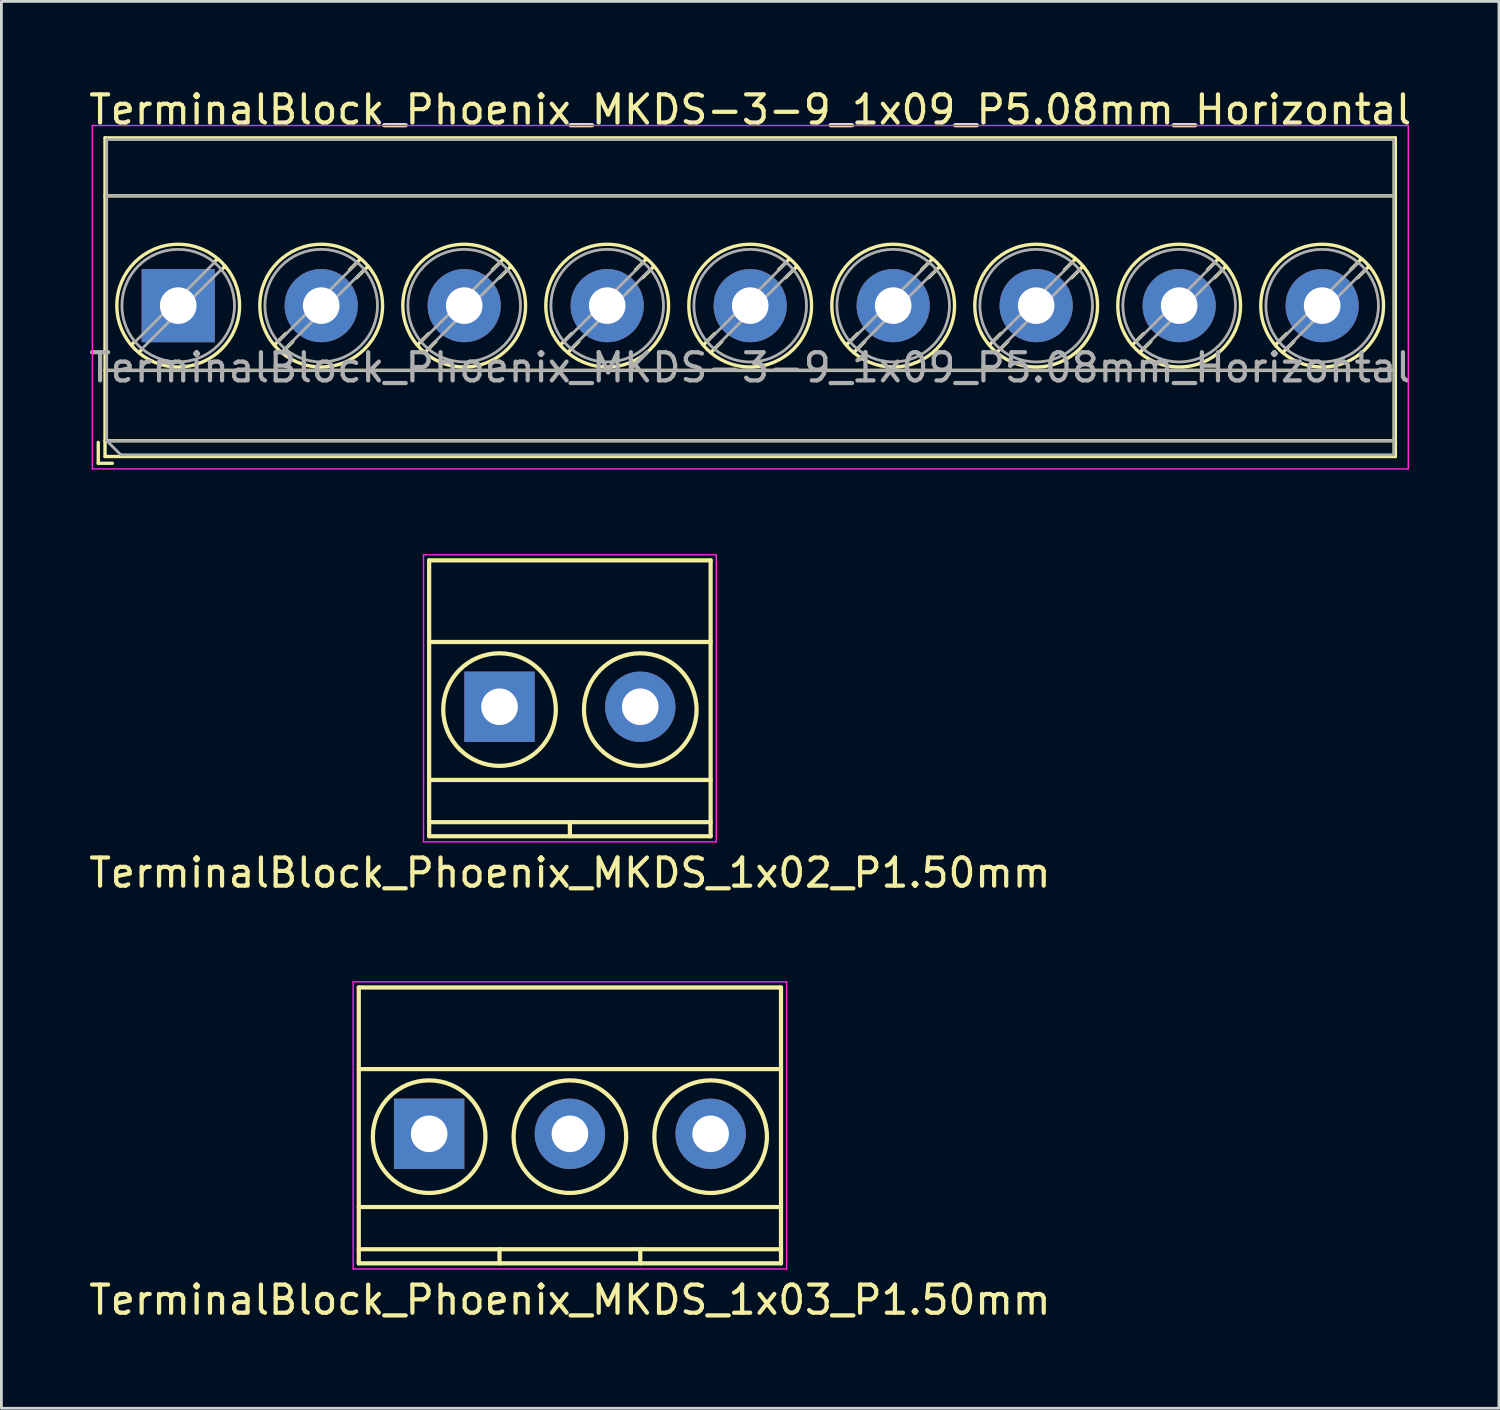
<source format=kicad_pcb>
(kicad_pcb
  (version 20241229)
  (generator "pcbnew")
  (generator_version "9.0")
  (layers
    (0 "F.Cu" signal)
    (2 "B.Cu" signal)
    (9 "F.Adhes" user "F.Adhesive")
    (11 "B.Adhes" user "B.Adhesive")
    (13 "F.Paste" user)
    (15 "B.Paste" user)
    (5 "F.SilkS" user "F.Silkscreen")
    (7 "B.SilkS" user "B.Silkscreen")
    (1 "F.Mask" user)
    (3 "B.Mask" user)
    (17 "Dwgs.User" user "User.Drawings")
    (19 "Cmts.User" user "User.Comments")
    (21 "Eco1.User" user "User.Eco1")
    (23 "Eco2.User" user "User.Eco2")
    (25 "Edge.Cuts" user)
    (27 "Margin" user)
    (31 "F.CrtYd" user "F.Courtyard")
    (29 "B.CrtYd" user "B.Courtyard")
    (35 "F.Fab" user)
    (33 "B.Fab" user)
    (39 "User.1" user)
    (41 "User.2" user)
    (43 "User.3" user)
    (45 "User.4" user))
  (footprint "TerminalBlock_Phoenix_MKDS-3-9_1x09_P5.08mm_Horizontal"
    (layer "F.Cu")
    (at 3.281 7.808)
    (property "Reference" "TerminalBlock_Phoenix_MKDS-3-9_1x09_P5.08mm_Horizontal" (at 20.32 -6.96 0) (layer "F.SilkS") (effects (font (size 1 1) (thickness 0.15))))
    (attr through_hole)
    (fp_line (start -2.84 4.86) (end -2.84 5.6) (stroke (width 0.12) (type solid)) (layer "F.SilkS"))
    (fp_line (start -2.84 5.6) (end -2.34 5.6) (stroke (width 0.12) (type solid)) (layer "F.SilkS"))
    (fp_line (start -2.6 -5.96) (end -2.6 5.36) (stroke (width 0.12) (type solid)) (layer "F.SilkS"))
    (fp_line (start -2.6 -5.96) (end 43.24 -5.96) (stroke (width 0.12) (type solid)) (layer "F.SilkS"))
    (fp_line (start -2.6 -3.9) (end 43.24 -3.9) (stroke (width 0.12) (type solid)) (layer "F.SilkS"))
    (fp_line (start -2.6 2.3) (end 43.24 2.3) (stroke (width 0.12) (type solid)) (layer "F.SilkS"))
    (fp_line (start -2.6 4.8) (end 43.24 4.8) (stroke (width 0.12) (type solid)) (layer "F.SilkS"))
    (fp_line (start -2.6 5.36) (end 43.24 5.36) (stroke (width 0.12) (type solid)) (layer "F.SilkS"))
    (fp_line (start -1.548 1.281) (end -1.654 1.388) (stroke (width 0.12) (type solid)) (layer "F.SilkS"))
    (fp_line (start -1.282 1.547) (end -1.388 1.654) (stroke (width 0.12) (type solid)) (layer "F.SilkS"))
    (fp_line (start 1.388 -1.654) (end 1.281 -1.547) (stroke (width 0.12) (type solid)) (layer "F.SilkS"))
    (fp_line (start 1.654 -1.388) (end 1.547 -1.281) (stroke (width 0.12) (type solid)) (layer "F.SilkS"))
    (fp_line (start 3.822 0.992) (end 3.427 1.388) (stroke (width 0.12) (type solid)) (layer "F.SilkS"))
    (fp_line (start 4.073 1.274) (end 3.693 1.654) (stroke (width 0.12) (type solid)) (layer "F.SilkS"))
    (fp_line (start 6.468 -1.654) (end 6.088 -1.274) (stroke (width 0.12) (type solid)) (layer "F.SilkS"))
    (fp_line (start 6.734 -1.388) (end 6.339 -0.992) (stroke (width 0.12) (type solid)) (layer "F.SilkS"))
    (fp_line (start 8.902 0.992) (end 8.507 1.388) (stroke (width 0.12) (type solid)) (layer "F.SilkS"))
    (fp_line (start 9.153 1.274) (end 8.773 1.654) (stroke (width 0.12) (type solid)) (layer "F.SilkS"))
    (fp_line (start 11.548 -1.654) (end 11.168 -1.274) (stroke (width 0.12) (type solid)) (layer "F.SilkS"))
    (fp_line (start 11.814 -1.388) (end 11.419 -0.992) (stroke (width 0.12) (type solid)) (layer "F.SilkS"))
    (fp_line (start 13.982 0.992) (end 13.587 1.388) (stroke (width 0.12) (type solid)) (layer "F.SilkS"))
    (fp_line (start 14.233 1.274) (end 13.853 1.654) (stroke (width 0.12) (type solid)) (layer "F.SilkS"))
    (fp_line (start 16.628 -1.654) (end 16.248 -1.274) (stroke (width 0.12) (type solid)) (layer "F.SilkS"))
    (fp_line (start 16.894 -1.388) (end 16.499 -0.992) (stroke (width 0.12) (type solid)) (layer "F.SilkS"))
    (fp_line (start 19.062 0.992) (end 18.667 1.388) (stroke (width 0.12) (type solid)) (layer "F.SilkS"))
    (fp_line (start 19.313 1.274) (end 18.933 1.654) (stroke (width 0.12) (type solid)) (layer "F.SilkS"))
    (fp_line (start 21.708 -1.654) (end 21.328 -1.274) (stroke (width 0.12) (type solid)) (layer "F.SilkS"))
    (fp_line (start 21.974 -1.388) (end 21.579 -0.992) (stroke (width 0.12) (type solid)) (layer "F.SilkS"))
    (fp_line (start 24.142 0.992) (end 23.747 1.388) (stroke (width 0.12) (type solid)) (layer "F.SilkS"))
    (fp_line (start 24.393 1.274) (end 24.013 1.654) (stroke (width 0.12) (type solid)) (layer "F.SilkS"))
    (fp_line (start 26.788 -1.654) (end 26.408 -1.274) (stroke (width 0.12) (type solid)) (layer "F.SilkS"))
    (fp_line (start 27.054 -1.388) (end 26.659 -0.992) (stroke (width 0.12) (type solid)) (layer "F.SilkS"))
    (fp_line (start 29.222 0.992) (end 28.827 1.388) (stroke (width 0.12) (type solid)) (layer "F.SilkS"))
    (fp_line (start 29.473 1.274) (end 29.093 1.654) (stroke (width 0.12) (type solid)) (layer "F.SilkS"))
    (fp_line (start 31.868 -1.654) (end 31.488 -1.274) (stroke (width 0.12) (type solid)) (layer "F.SilkS"))
    (fp_line (start 32.134 -1.388) (end 31.739 -0.992) (stroke (width 0.12) (type solid)) (layer "F.SilkS"))
    (fp_line (start 34.302 0.992) (end 33.907 1.388) (stroke (width 0.12) (type solid)) (layer "F.SilkS"))
    (fp_line (start 34.553 1.274) (end 34.173 1.654) (stroke (width 0.12) (type solid)) (layer "F.SilkS"))
    (fp_line (start 36.948 -1.654) (end 36.568 -1.274) (stroke (width 0.12) (type solid)) (layer "F.SilkS"))
    (fp_line (start 37.214 -1.388) (end 36.819 -0.992) (stroke (width 0.12) (type solid)) (layer "F.SilkS"))
    (fp_line (start 39.382 0.992) (end 38.987 1.388) (stroke (width 0.12) (type solid)) (layer "F.SilkS"))
    (fp_line (start 39.633 1.274) (end 39.253 1.654) (stroke (width 0.12) (type solid)) (layer "F.SilkS"))
    (fp_line (start 42.028 -1.654) (end 41.648 -1.274) (stroke (width 0.12) (type solid)) (layer "F.SilkS"))
    (fp_line (start 42.294 -1.388) (end 41.899 -0.992) (stroke (width 0.12) (type solid)) (layer "F.SilkS"))
    (fp_line (start 43.24 -5.96) (end 43.24 5.36) (stroke (width 0.12) (type solid)) (layer "F.SilkS"))
    (fp_circle (center 0 0) (end 2.18 0) (stroke (width 0.12) (type solid)) (fill no) (layer "F.SilkS"))
    (fp_circle (center 5.08 0) (end 7.26 0) (stroke (width 0.12) (type solid)) (fill no) (layer "F.SilkS"))
    (fp_circle (center 10.16 0) (end 12.34 0) (stroke (width 0.12) (type solid)) (fill no) (layer "F.SilkS"))
    (fp_circle (center 15.24 0) (end 17.42 0) (stroke (width 0.12) (type solid)) (fill no) (layer "F.SilkS"))
    (fp_circle (center 20.32 0) (end 22.5 0) (stroke (width 0.12) (type solid)) (fill no) (layer "F.SilkS"))
    (fp_circle (center 25.4 0) (end 27.58 0) (stroke (width 0.12) (type solid)) (fill no) (layer "F.SilkS"))
    (fp_circle (center 30.48 0) (end 32.66 0) (stroke (width 0.12) (type solid)) (fill no) (layer "F.SilkS"))
    (fp_circle (center 35.56 0) (end 37.74 0) (stroke (width 0.12) (type solid)) (fill no) (layer "F.SilkS"))
    (fp_circle (center 40.64 0) (end 42.82 0) (stroke (width 0.12) (type solid)) (fill no) (layer "F.SilkS"))
    (fp_line (start -3.05 -6.4) (end -3.05 5.8) (stroke (width 0.05) (type solid)) (layer "F.CrtYd"))
    (fp_line (start -3.05 5.8) (end 43.7 5.8) (stroke (width 0.05) (type solid)) (layer "F.CrtYd"))
    (fp_line (start 43.7 -6.4) (end -3.05 -6.4) (stroke (width 0.05) (type solid)) (layer "F.CrtYd"))
    (fp_line (start 43.7 5.8) (end 43.7 -6.4) (stroke (width 0.05) (type solid)) (layer "F.CrtYd"))
    (fp_line (start -2.54 -5.9) (end 43.18 -5.9) (stroke (width 0.1) (type solid)) (layer "F.Fab"))
    (fp_line (start -2.54 -3.9) (end 43.18 -3.9) (stroke (width 0.1) (type solid)) (layer "F.Fab"))
    (fp_line (start -2.54 2.3) (end 43.18 2.3) (stroke (width 0.1) (type solid)) (layer "F.Fab"))
    (fp_line (start -2.54 4.8) (end -2.54 -5.9) (stroke (width 0.1) (type solid)) (layer "F.Fab"))
    (fp_line (start -2.54 4.8) (end 43.18 4.8) (stroke (width 0.1) (type solid)) (layer "F.Fab"))
    (fp_line (start -2.04 5.3) (end -2.54 4.8) (stroke (width 0.1) (type solid)) (layer "F.Fab"))
    (fp_line (start 1.273 -1.517) (end -1.517 1.273) (stroke (width 0.1) (type solid)) (layer "F.Fab"))
    (fp_line (start 1.517 -1.273) (end -1.273 1.517) (stroke (width 0.1) (type solid)) (layer "F.Fab"))
    (fp_line (start 6.353 -1.517) (end 3.564 1.273) (stroke (width 0.1) (type solid)) (layer "F.Fab"))
    (fp_line (start 6.597 -1.273) (end 3.808 1.517) (stroke (width 0.1) (type solid)) (layer "F.Fab"))
    (fp_line (start 11.433 -1.517) (end 8.644 1.273) (stroke (width 0.1) (type solid)) (layer "F.Fab"))
    (fp_line (start 11.677 -1.273) (end 8.888 1.517) (stroke (width 0.1) (type solid)) (layer "F.Fab"))
    (fp_line (start 16.513 -1.517) (end 13.724 1.273) (stroke (width 0.1) (type solid)) (layer "F.Fab"))
    (fp_line (start 16.757 -1.273) (end 13.968 1.517) (stroke (width 0.1) (type solid)) (layer "F.Fab"))
    (fp_line (start 21.593 -1.517) (end 18.804 1.273) (stroke (width 0.1) (type solid)) (layer "F.Fab"))
    (fp_line (start 21.837 -1.273) (end 19.048 1.517) (stroke (width 0.1) (type solid)) (layer "F.Fab"))
    (fp_line (start 26.673 -1.517) (end 23.884 1.273) (stroke (width 0.1) (type solid)) (layer "F.Fab"))
    (fp_line (start 26.917 -1.273) (end 24.128 1.517) (stroke (width 0.1) (type solid)) (layer "F.Fab"))
    (fp_line (start 31.753 -1.517) (end 28.964 1.273) (stroke (width 0.1) (type solid)) (layer "F.Fab"))
    (fp_line (start 31.997 -1.273) (end 29.208 1.517) (stroke (width 0.1) (type solid)) (layer "F.Fab"))
    (fp_line (start 36.833 -1.517) (end 34.044 1.273) (stroke (width 0.1) (type solid)) (layer "F.Fab"))
    (fp_line (start 37.077 -1.273) (end 34.288 1.517) (stroke (width 0.1) (type solid)) (layer "F.Fab"))
    (fp_line (start 41.913 -1.517) (end 39.124 1.273) (stroke (width 0.1) (type solid)) (layer "F.Fab"))
    (fp_line (start 42.157 -1.273) (end 39.368 1.517) (stroke (width 0.1) (type solid)) (layer "F.Fab"))
    (fp_line (start 43.18 -5.9) (end 43.18 5.3) (stroke (width 0.1) (type solid)) (layer "F.Fab"))
    (fp_line (start 43.18 5.3) (end -2.04 5.3) (stroke (width 0.1) (type solid)) (layer "F.Fab"))
    (fp_circle (center 0 0) (end 2 0) (stroke (width 0.1) (type solid)) (fill no) (layer "F.Fab"))
    (fp_circle (center 5.08 0) (end 7.08 0) (stroke (width 0.1) (type solid)) (fill no) (layer "F.Fab"))
    (fp_circle (center 10.16 0) (end 12.16 0) (stroke (width 0.1) (type solid)) (fill no) (layer "F.Fab"))
    (fp_circle (center 15.24 0) (end 17.24 0) (stroke (width 0.1) (type solid)) (fill no) (layer "F.Fab"))
    (fp_circle (center 20.32 0) (end 22.32 0) (stroke (width 0.1) (type solid)) (fill no) (layer "F.Fab"))
    (fp_circle (center 25.4 0) (end 27.4 0) (stroke (width 0.1) (type solid)) (fill no) (layer "F.Fab"))
    (fp_circle (center 30.48 0) (end 32.48 0) (stroke (width 0.1) (type solid)) (fill no) (layer "F.Fab"))
    (fp_circle (center 35.56 0) (end 37.56 0) (stroke (width 0.1) (type solid)) (fill no) (layer "F.Fab"))
    (fp_circle (center 40.64 0) (end 42.64 0) (stroke (width 0.1) (type solid)) (fill no) (layer "F.Fab"))
    (fp_text user "${REFERENCE}" (at 20.32 2.2 0) (layer "F.Fab") (effects (font (size 1 1) (thickness 0.15))))
    (pad "1" thru_hole rect (at 0 0) (size 2.6 2.6) (drill 1.3) (layers "*.Cu" "*.Mask"))
    (pad "2" thru_hole circle (at 5.08 0) (size 2.6 2.6) (drill 1.3) (layers "*.Cu" "*.Mask"))
    (pad "3" thru_hole circle (at 10.16 0) (size 2.6 2.6) (drill 1.3) (layers "*.Cu" "*.Mask"))
    (pad "4" thru_hole circle (at 15.24 0) (size 2.6 2.6) (drill 1.3) (layers "*.Cu" "*.Mask"))
    (pad "5" thru_hole circle (at 20.32 0) (size 2.6 2.6) (drill 1.3) (layers "*.Cu" "*.Mask"))
    (pad "6" thru_hole circle (at 25.4 0) (size 2.6 2.6) (drill 1.3) (layers "*.Cu" "*.Mask"))
    (pad "7" thru_hole circle (at 30.48 0) (size 2.6 2.6) (drill 1.3) (layers "*.Cu" "*.Mask"))
    (pad "8" thru_hole circle (at 35.56 0) (size 2.6 2.6) (drill 1.3) (layers "*.Cu" "*.Mask"))
    (pad "9" thru_hole circle (at 40.64 0) (size 2.6 2.6) (drill 1.3) (layers "*.Cu" "*.Mask")))
  (footprint "TerminalBlock_Phoenix_MKDS_1x03_P1.50mm"
    (layer "F.Cu")
    (at 12.196 37.231)
    (property "Reference" "TerminalBlock_Phoenix_MKDS_1x03_P1.50mm" (at 5 5.9 0) (layer "F.SilkS") (effects (font (size 1 1) (thickness 0.15))))
    (attr through_hole)
    (fp_line (start -2.5 -5.2) (end -2.5 4.6) (stroke (width 0.15) (type solid)) (layer "F.SilkS"))
    (fp_line (start -2.5 -2.3) (end 12.5 -2.3) (stroke (width 0.15) (type solid)) (layer "F.SilkS"))
    (fp_line (start -2.5 2.6) (end 12.5 2.6) (stroke (width 0.15) (type solid)) (layer "F.SilkS"))
    (fp_line (start -2.5 4.1) (end 12.5 4.1) (stroke (width 0.15) (type solid)) (layer "F.SilkS"))
    (fp_line (start -2.5 4.6) (end 12.5 4.6) (stroke (width 0.15) (type solid)) (layer "F.SilkS"))
    (fp_line (start 2.5 4.1) (end 2.5 4.6) (stroke (width 0.15) (type solid)) (layer "F.SilkS"))
    (fp_line (start 7.5 4.1) (end 7.5 4.6) (stroke (width 0.15) (type solid)) (layer "F.SilkS"))
    (fp_line (start 12.5 -5.2) (end -2.5 -5.2) (stroke (width 0.15) (type solid)) (layer "F.SilkS"))
    (fp_line (start 12.5 4.6) (end 12.5 -5.2) (stroke (width 0.15) (type solid)) (layer "F.SilkS"))
    (fp_circle (center 0 0.1) (end 2 0.1) (stroke (width 0.15) (type solid)) (fill no) (layer "F.SilkS"))
    (fp_circle (center 5 0.1) (end 3 0.1) (stroke (width 0.15) (type solid)) (fill no) (layer "F.SilkS"))
    (fp_circle (center 10 0.1) (end 8 0.1) (stroke (width 0.15) (type solid)) (fill no) (layer "F.SilkS"))
    (fp_line (start -2.7 -5.4) (end 12.7 -5.4) (stroke (width 0.05) (type solid)) (layer "F.CrtYd"))
    (fp_line (start -2.7 4.8) (end -2.7 -5.4) (stroke (width 0.05) (type solid)) (layer "F.CrtYd"))
    (fp_line (start 12.7 -5.4) (end 12.7 4.8) (stroke (width 0.05) (type solid)) (layer "F.CrtYd"))
    (fp_line (start 12.7 4.8) (end -2.7 4.8) (stroke (width 0.05) (type solid)) (layer "F.CrtYd"))
    (pad "1" thru_hole rect (at 0 0) (size 2.5 2.5) (drill 1.3) (layers "*.Cu" "*.Mask"))
    (pad "2" thru_hole circle (at 5 0) (size 2.5 2.5) (drill 1.3) (layers "*.Cu" "*.Mask"))
    (pad "3" thru_hole circle (at 10 0) (size 2.5 2.5) (drill 1.3) (layers "*.Cu" "*.Mask")))
  (footprint "TerminalBlock_Phoenix_MKDS_1x02_P1.50mm"
    (layer "F.Cu")
    (at 14.696 22.058)
    (property "Reference" "TerminalBlock_Phoenix_MKDS_1x02_P1.50mm" (at 2.5 5.9 0) (layer "F.SilkS") (effects (font (size 1 1) (thickness 0.15))))
    (attr through_hole)
    (fp_line (start -2.5 -5.2) (end -2.5 4.6) (stroke (width 0.15) (type solid)) (layer "F.SilkS"))
    (fp_line (start -2.5 -2.3) (end 7.5 -2.3) (stroke (width 0.15) (type solid)) (layer "F.SilkS"))
    (fp_line (start -2.5 2.6) (end 7.5 2.6) (stroke (width 0.15) (type solid)) (layer "F.SilkS"))
    (fp_line (start -2.5 4.1) (end 7.5 4.1) (stroke (width 0.15) (type solid)) (layer "F.SilkS"))
    (fp_line (start -2.5 4.6) (end 7.5 4.6) (stroke (width 0.15) (type solid)) (layer "F.SilkS"))
    (fp_line (start 2.5 4.1) (end 2.5 4.6) (stroke (width 0.15) (type solid)) (layer "F.SilkS"))
    (fp_line (start 7.5 -5.2) (end -2.5 -5.2) (stroke (width 0.15) (type solid)) (layer "F.SilkS"))
    (fp_line (start 7.5 4.6) (end 7.5 -5.2) (stroke (width 0.15) (type solid)) (layer "F.SilkS"))
    (fp_circle (center 0 0.1) (end 2 0.1) (stroke (width 0.15) (type solid)) (fill no) (layer "F.SilkS"))
    (fp_circle (center 5 0.1) (end 3 0.1) (stroke (width 0.15) (type solid)) (fill no) (layer "F.SilkS"))
    (fp_line (start -2.7 -5.4) (end 7.7 -5.4) (stroke (width 0.05) (type solid)) (layer "F.CrtYd"))
    (fp_line (start -2.7 4.8) (end -2.7 -5.4) (stroke (width 0.05) (type solid)) (layer "F.CrtYd"))
    (fp_line (start 7.7 -5.4) (end 7.7 4.8) (stroke (width 0.05) (type solid)) (layer "F.CrtYd"))
    (fp_line (start 7.7 4.8) (end -2.7 4.8) (stroke (width 0.05) (type solid)) (layer "F.CrtYd"))
    (pad "1" thru_hole rect (at 0 0) (size 2.5 2.5) (drill 1.3) (layers "*.Cu" "*.Mask"))
    (pad "2" thru_hole circle (at 5 0) (size 2.5 2.5) (drill 1.3) (layers "*.Cu" "*.Mask")))
  (gr_rect
    (start -3 -3)
    (end 50.202 46.98)
    (stroke (width 0.1) (type default))
    (fill no)
    (layer "Edge.Cuts")))
</source>
